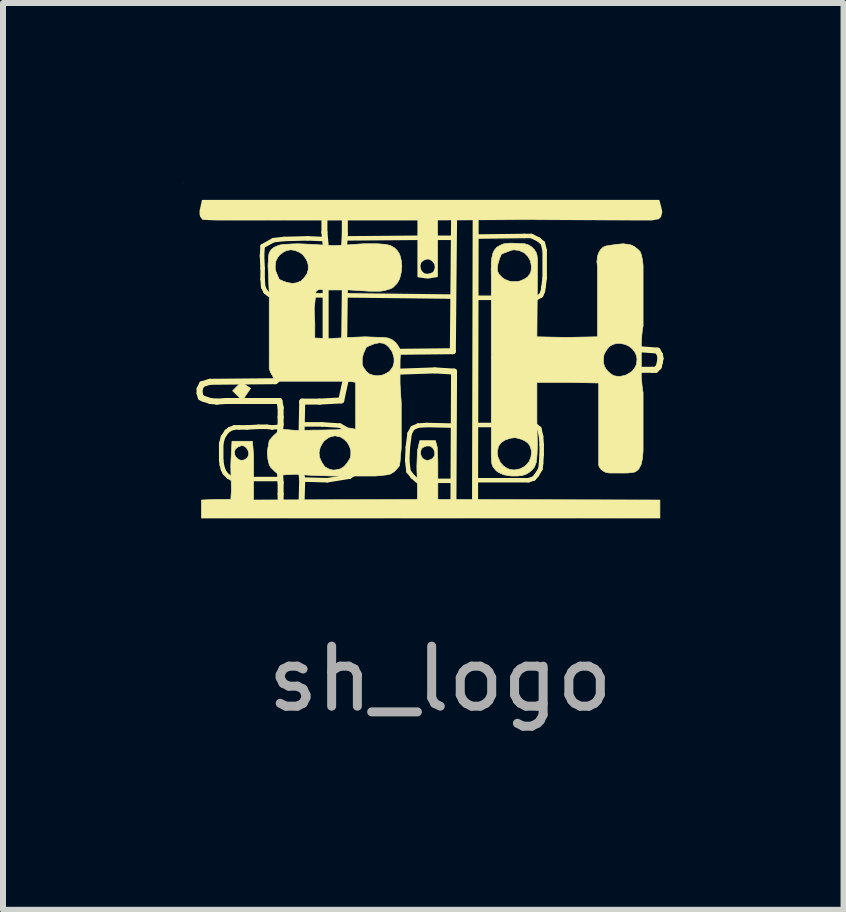
<source format=kicad_pcb>
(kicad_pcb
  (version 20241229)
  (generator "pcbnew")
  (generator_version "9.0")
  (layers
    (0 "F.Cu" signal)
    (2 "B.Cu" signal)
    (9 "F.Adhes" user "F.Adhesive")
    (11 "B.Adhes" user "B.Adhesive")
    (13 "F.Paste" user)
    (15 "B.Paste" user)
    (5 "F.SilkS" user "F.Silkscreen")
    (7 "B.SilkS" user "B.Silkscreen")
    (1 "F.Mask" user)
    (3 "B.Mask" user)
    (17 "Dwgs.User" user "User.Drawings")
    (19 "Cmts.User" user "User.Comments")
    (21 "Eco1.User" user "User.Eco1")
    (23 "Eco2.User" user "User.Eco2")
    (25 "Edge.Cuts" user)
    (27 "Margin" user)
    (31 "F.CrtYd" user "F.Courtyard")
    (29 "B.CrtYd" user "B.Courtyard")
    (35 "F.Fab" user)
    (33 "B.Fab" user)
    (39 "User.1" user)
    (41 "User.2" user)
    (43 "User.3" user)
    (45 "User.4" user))
  (footprint "sh_logo"
    (layer "F.Cu")
    (at 4.076 2.932)
    (property "Reference" "sh_logo" (at 0.21 5.33 0) (layer "F.Fab") (effects (font (size 1 1) (thickness 0.15))))
    (attr exclude_from_pos_files exclude_from_bom)
    (fp_line (start -3.8 0.5) (end -3.8 0.57) (stroke (width 0.1) (type solid)) (layer "F.SilkS"))
    (fp_line (start -3.8 0.57) (end -3.78 0.64) (stroke (width 0.1) (type solid)) (layer "F.SilkS"))
    (fp_line (start -3.78 0.64) (end -3.74 0.66) (stroke (width 0.1) (type solid)) (layer "F.SilkS"))
    (fp_line (start -3.76 0.42) (end -3.8 0.5) (stroke (width 0.1) (type solid)) (layer "F.SilkS"))
    (fp_line (start -3.74 0.66) (end -3.62 0.7) (stroke (width 0.1) (type solid)) (layer "F.SilkS"))
    (fp_line (start -3.63 0.38) (end -3.76 0.42) (stroke (width 0.1) (type solid)) (layer "F.SilkS"))
    (fp_line (start -3.62 0.7) (end -3.51 0.71) (stroke (width 0.1) (type solid)) (layer "F.SilkS"))
    (fp_line (start -3.51 0.71) (end -3.36 0.7) (stroke (width 0.1) (type solid)) (layer "F.SilkS"))
    (fp_line (start -3.44 1.41) (end -3.41 1.3) (stroke (width 0.075) (type solid)) (layer "F.SilkS"))
    (fp_line (start -3.44 1.69) (end -3.44 1.41) (stroke (width 0.075) (type solid)) (layer "F.SilkS"))
    (fp_line (start -3.44 1.69) (end -3.43 1.76) (stroke (width 0.075) (type solid)) (layer "F.SilkS"))
    (fp_line (start -3.43 1.76) (end -3.41 1.84) (stroke (width 0.075) (type solid)) (layer "F.SilkS"))
    (fp_line (start -3.41 1.3) (end -3.35 1.21) (stroke (width 0.075) (type solid)) (layer "F.SilkS"))
    (fp_line (start -3.41 1.84) (end -3.38 1.9) (stroke (width 0.075) (type solid)) (layer "F.SilkS"))
    (fp_line (start -3.38 1.9) (end -3.32 1.96) (stroke (width 0.075) (type solid)) (layer "F.SilkS"))
    (fp_line (start -3.36 0.7) (end -2.47 0.7) (stroke (width 0.1) (type solid)) (layer "F.SilkS"))
    (fp_line (start -3.35 1.21) (end -3.3 1.17) (stroke (width 0.075) (type solid)) (layer "F.SilkS"))
    (fp_line (start -3.32 1.96) (end -3.27 1.99) (stroke (width 0.075) (type solid)) (layer "F.SilkS"))
    (fp_line (start -3.3 1.17) (end -3.22 1.14) (stroke (width 0.075) (type solid)) (layer "F.SilkS"))
    (fp_line (start -3.22 1.14) (end -3.14 1.14) (stroke (width 0.075) (type solid)) (layer "F.SilkS"))
    (fp_line (start -3.14 1.14) (end -3.01 1.14) (stroke (width 0.075) (type solid)) (layer "F.SilkS"))
    (fp_line (start -3.01 1.14) (end -2.82 1.13) (stroke (width 0.075) (type solid)) (layer "F.SilkS"))
    (fp_line (start -2.9 2) (end -2.49 2) (stroke (width 0.075) (type solid)) (layer "F.SilkS"))
    (fp_line (start -2.82 1.13) (end -2.68 1.13) (stroke (width 0.075) (type solid)) (layer "F.SilkS"))
    (fp_line (start -2.76 -1.72) (end -2.75 -1.88) (stroke (width 0.075) (type solid)) (layer "F.SilkS"))
    (fp_line (start -2.75 -1.88) (end -2.57 -1.98) (stroke (width 0.075) (type solid)) (layer "F.SilkS"))
    (fp_line (start -2.75 -1.51) (end -2.76 -1.72) (stroke (width 0.075) (type solid)) (layer "F.SilkS"))
    (fp_line (start -2.75 -1.33) (end -2.75 -1.51) (stroke (width 0.075) (type solid)) (layer "F.SilkS"))
    (fp_line (start -2.74 -1.2) (end -2.75 -1.33) (stroke (width 0.075) (type solid)) (layer "F.SilkS"))
    (fp_line (start -2.7 -1.12) (end -2.74 -1.2) (stroke (width 0.075) (type solid)) (layer "F.SilkS"))
    (fp_line (start -2.68 1.13) (end -2.59 1.14) (stroke (width 0.075) (type solid)) (layer "F.SilkS"))
    (fp_line (start -2.64 -1.07) (end -2.7 -1.12) (stroke (width 0.075) (type solid)) (layer "F.SilkS"))
    (fp_line (start -2.59 1.14) (end -2.46 1.13) (stroke (width 0.075) (type solid)) (layer "F.SilkS"))
    (fp_line (start -2.57 -1.98) (end -2.39 -2) (stroke (width 0.075) (type solid)) (layer "F.SilkS"))
    (fp_line (start -2.54 0.37) (end -3.63 0.38) (stroke (width 0.1) (type solid)) (layer "F.SilkS"))
    (fp_line (start -2.54 0.37) (end -2.48 0.32) (stroke (width 0.1) (type solid)) (layer "F.SilkS"))
    (fp_line (start -2.47 0.7) (end -2.45 0.81) (stroke (width 0.1) (type solid)) (layer "F.SilkS"))
    (fp_line (start -2.46 1.9) (end -2.45 2.06) (stroke (width 0.1) (type solid)) (layer "F.SilkS"))
    (fp_line (start -2.45 0.81) (end -2.45 0.97) (stroke (width 0.1) (type solid)) (layer "F.SilkS"))
    (fp_line (start -2.45 0.97) (end -2.45 1.09) (stroke (width 0.1) (type solid)) (layer "F.SilkS"))
    (fp_line (start -2.45 1.09) (end -2.46 1.21) (stroke (width 0.1) (type solid)) (layer "F.SilkS"))
    (fp_line (start -2.45 2.06) (end -2.45 2.25) (stroke (width 0.1) (type solid)) (layer "F.SilkS"))
    (fp_line (start -2.45 2.25) (end -2.45 2.35) (stroke (width 0.1) (type solid)) (layer "F.SilkS"))
    (fp_line (start -2.39 -2) (end -2 -2.01) (stroke (width 0.075) (type solid)) (layer "F.SilkS"))
    (fp_line (start -2.1 1.93) (end -2.09 2.01) (stroke (width 0.1) (type solid)) (layer "F.SilkS"))
    (fp_line (start -2.09 0.71) (end -2.1 1.19) (stroke (width 0.1) (type solid)) (layer "F.SilkS"))
    (fp_line (start -2.09 2.01) (end -2.1 2.35) (stroke (width 0.1) (type solid)) (layer "F.SilkS"))
    (fp_line (start -2.05 1.09) (end -1.76 1.09) (stroke (width 0.075) (type solid)) (layer "F.SilkS"))
    (fp_line (start -2.04 2.01) (end -1.67 2.02) (stroke (width 0.075) (type solid)) (layer "F.SilkS"))
    (fp_line (start -2 -2.01) (end -1.76 -2) (stroke (width 0.075) (type solid)) (layer "F.SilkS"))
    (fp_line (start -1.87 -1.06) (end -1.74 -1.06) (stroke (width 0.075) (type solid)) (layer "F.SilkS"))
    (fp_line (start -1.8 0.71) (end -2.09 0.71) (stroke (width 0.1) (type solid)) (layer "F.SilkS"))
    (fp_line (start -1.76 1.09) (end -1.46 1.11) (stroke (width 0.075) (type solid)) (layer "F.SilkS"))
    (fp_line (start -1.72 -2.31) (end -1.72 -2.11) (stroke (width 0.1) (type solid)) (layer "F.SilkS"))
    (fp_line (start -1.72 -2.11) (end -1.7 -1.9) (stroke (width 0.1) (type solid)) (layer "F.SilkS"))
    (fp_line (start -1.7 -1.15) (end -1.7 -0.34) (stroke (width 0.1) (type solid)) (layer "F.SilkS"))
    (fp_line (start -1.67 2.02) (end -1.3 1.96) (stroke (width 0.075) (type solid)) (layer "F.SilkS"))
    (fp_line (start -1.46 1.11) (end -1.25 1.23) (stroke (width 0.075) (type solid)) (layer "F.SilkS"))
    (fp_line (start -1.44 0.69) (end -1.8 0.71) (stroke (width 0.1) (type solid)) (layer "F.SilkS"))
    (fp_line (start -1.38 -2.31) (end -1.38 -2.09) (stroke (width 0.1) (type solid)) (layer "F.SilkS"))
    (fp_line (start -1.38 -2.09) (end -1.39 -1.9) (stroke (width 0.1) (type solid)) (layer "F.SilkS"))
    (fp_line (start -1.38 -1.14) (end -1.39 -0.35) (stroke (width 0.1) (type solid)) (layer "F.SilkS"))
    (fp_line (start -1.37 0.37) (end -1.44 0.69) (stroke (width 0.1) (type solid)) (layer "F.SilkS"))
    (fp_line (start -1.33 -1.06) (end 0.39 -1.04) (stroke (width 0.075) (type solid)) (layer "F.SilkS"))
    (fp_line (start -1.24 1.92) (end -1.3 1.96) (stroke (width 0.075) (type solid)) (layer "F.SilkS"))
    (fp_line (start -0.46 0.21) (end 0.12 0.19) (stroke (width 0.1) (type solid)) (layer "F.SilkS"))
    (fp_line (start -0.34 1.69) (end -0.33 1.47) (stroke (width 0.075) (type solid)) (layer "F.SilkS"))
    (fp_line (start -0.33 1.47) (end -0.3 1.24) (stroke (width 0.075) (type solid)) (layer "F.SilkS"))
    (fp_line (start -0.32 1.87) (end -0.34 1.69) (stroke (width 0.075) (type solid)) (layer "F.SilkS"))
    (fp_line (start -0.3 1.24) (end -0.25 1.15) (stroke (width 0.075) (type solid)) (layer "F.SilkS"))
    (fp_line (start -0.25 1.15) (end -0.16 1.11) (stroke (width 0.075) (type solid)) (layer "F.SilkS"))
    (fp_line (start -0.25 1.96) (end -0.32 1.87) (stroke (width 0.075) (type solid)) (layer "F.SilkS"))
    (fp_line (start -0.17 -2.02) (end -1.34 -2.01) (stroke (width 0.075) (type solid)) (layer "F.SilkS"))
    (fp_line (start -0.17 2.03) (end -0.25 1.96) (stroke (width 0.075) (type solid)) (layer "F.SilkS"))
    (fp_line (start -0.16 1.11) (end -0.02 1.1) (stroke (width 0.075) (type solid)) (layer "F.SilkS"))
    (fp_line (start -0.02 1.1) (end 0.41 1.11) (stroke (width 0.075) (type solid)) (layer "F.SilkS"))
    (fp_line (start 0.12 0.19) (end 0.44 0.21) (stroke (width 0.1) (type solid)) (layer "F.SilkS"))
    (fp_line (start 0.17 2.03) (end 0.41 2.03) (stroke (width 0.075) (type solid)) (layer "F.SilkS"))
    (fp_line (start 0.39 -2.02) (end 0.17 -2.02) (stroke (width 0.075) (type solid)) (layer "F.SilkS"))
    (fp_line (start 0.42 -0.13) (end -0.48 -0.12) (stroke (width 0.1) (type solid)) (layer "F.SilkS"))
    (fp_line (start 0.44 -2.31) (end 0.42 -0.13) (stroke (width 0.1) (type solid)) (layer "F.SilkS"))
    (fp_line (start 0.44 0.21) (end 0.43 2.34) (stroke (width 0.1) (type solid)) (layer "F.SilkS"))
    (fp_line (start 0.8 -2.31) (end 0.79 2.34) (stroke (width 0.1) (type solid)) (layer "F.SilkS"))
    (fp_line (start 0.84 -1.02) (end 1.07 -1.02) (stroke (width 0.075) (type solid)) (layer "F.SilkS"))
    (fp_line (start 0.84 1.1) (end 1.06 1.1) (stroke (width 0.075) (type solid)) (layer "F.SilkS"))
    (fp_line (start 0.84 2.02) (end 1.68 2.02) (stroke (width 0.075) (type solid)) (layer "F.SilkS"))
    (fp_line (start 1.61 -2.05) (end 0.84 -2.04) (stroke (width 0.075) (type solid)) (layer "F.SilkS"))
    (fp_line (start 1.68 2.02) (end 1.77 1.99) (stroke (width 0.075) (type solid)) (layer "F.SilkS"))
    (fp_line (start 1.73 -2.05) (end 1.61 -2.05) (stroke (width 0.075) (type solid)) (layer "F.SilkS"))
    (fp_line (start 1.77 1.99) (end 1.82 1.93) (stroke (width 0.075) (type solid)) (layer "F.SilkS"))
    (fp_line (start 1.82 -1.02) (end 1.89 -1.06) (stroke (width 0.075) (type solid)) (layer "F.SilkS"))
    (fp_line (start 1.82 1.93) (end 1.88 1.83) (stroke (width 0.075) (type solid)) (layer "F.SilkS"))
    (fp_line (start 1.85 -1.99) (end 1.73 -2.05) (stroke (width 0.075) (type solid)) (layer "F.SilkS"))
    (fp_line (start 1.86 1.16) (end 1.8 1.11) (stroke (width 0.075) (type solid)) (layer "F.SilkS"))
    (fp_line (start 1.88 1.83) (end 1.89 1.74) (stroke (width 0.075) (type solid)) (layer "F.SilkS"))
    (fp_line (start 1.89 -1.06) (end 1.92 -1.13) (stroke (width 0.075) (type solid)) (layer "F.SilkS"))
    (fp_line (start 1.89 1.29) (end 1.86 1.16) (stroke (width 0.075) (type solid)) (layer "F.SilkS"))
    (fp_line (start 1.89 1.74) (end 1.9 1.59) (stroke (width 0.075) (type solid)) (layer "F.SilkS"))
    (fp_line (start 1.9 1.43) (end 1.89 1.29) (stroke (width 0.075) (type solid)) (layer "F.SilkS"))
    (fp_line (start 1.9 1.59) (end 1.9 1.43) (stroke (width 0.075) (type solid)) (layer "F.SilkS"))
    (fp_line (start 1.92 -1.93) (end 1.85 -1.99) (stroke (width 0.075) (type solid)) (layer "F.SilkS"))
    (fp_line (start 1.92 -1.13) (end 1.93 -1.2) (stroke (width 0.075) (type solid)) (layer "F.SilkS"))
    (fp_line (start 1.93 -1.2) (end 1.95 -1.35) (stroke (width 0.075) (type solid)) (layer "F.SilkS"))
    (fp_line (start 1.95 -1.81) (end 1.92 -1.93) (stroke (width 0.075) (type solid)) (layer "F.SilkS"))
    (fp_line (start 1.95 -1.35) (end 1.95 -1.81) (stroke (width 0.075) (type solid)) (layer "F.SilkS"))
    (fp_line (start 3.57 -0.16) (end 3.83 -0.14) (stroke (width 0.1) (type solid)) (layer "F.SilkS"))
    (fp_line (start 3.74 0.18) (end 3.56 0.18) (stroke (width 0.1) (type solid)) (layer "F.SilkS"))
    (fp_line (start 3.8 0.18) (end 3.74 0.18) (stroke (width 0.1) (type solid)) (layer "F.SilkS"))
    (fp_line (start 3.83 -0.14) (end 3.87 -0.07) (stroke (width 0.1) (type solid)) (layer "F.SilkS"))
    (fp_line (start 3.85 0.13) (end 3.8 0.18) (stroke (width 0.1) (type solid)) (layer "F.SilkS"))
    (fp_line (start 3.87 -0.07) (end 3.88 -0.01) (stroke (width 0.1) (type solid)) (layer "F.SilkS"))
    (fp_line (start 3.87 0.05) (end 3.85 0.13) (stroke (width 0.1) (type solid)) (layer "F.SilkS"))
    (fp_line (start 3.88 -0.01) (end 3.87 0.05) (stroke (width 0.1) (type solid)) (layer "F.SilkS"))
    (fp_poly (pts (xy -3.11 0.39) (xy -3.25 0.53) (xy -3.09 0.69) (xy -2.95 0.49) (xy -3.1 0.39)) (stroke (width 0.01) (type solid)) (fill yes) (layer "F.SilkS"))
    (fp_poly (pts (xy -3.76 -2.65) (xy 3.86 -2.65) (xy 3.89 -2.54) (xy 3.91 -2.45) (xy 3.89 -2.37) (xy 3.85 -2.33) (xy 3.74 -2.31) (xy 3.38 -2.31) (xy 1.62 -2.32) (xy 0.17 -2.31) (xy 0.17 -1.68) (xy 0.17 -1.37) (xy 0.13 -1.36) (xy 0.07 -1.35) (xy 0 -1.34) (xy 0 -1.42) (xy 0.05 -1.43) (xy 0.09 -1.45) (xy 0.11 -1.49) (xy 0.12 -1.53) (xy 0.11 -1.58) (xy 0.09 -1.61) (xy 0.06 -1.64) (xy 0.02 -1.66) (xy 0 -1.66) (xy -0.05 -1.65) (xy -0.08 -1.63) (xy -0.11 -1.6) (xy -0.12 -1.55) (xy -0.11 -1.49) (xy -0.09 -1.46) (xy -0.06 -1.43) (xy -0.02 -1.42) (xy 0 -1.42) (xy 0 -1.34) (xy -0.15 -1.36) (xy -0.17 -1.37) (xy -0.17 -2.31) (xy -3.52 -2.31) (xy -3.75 -2.32) (xy -3.79 -2.37) (xy -3.8 -2.41) (xy -3.8 -2.47)) (stroke (width 0) (type solid)) (fill yes) (layer "F.SilkS"))
    (fp_poly (pts (xy -3.77 2.65) (xy 3.87 2.65) (xy 3.87 2.35) (xy 0.17 2.34) (xy 0.17 1.7) (xy 0.16 1.47) (xy 0.13 1.36) (xy 0 1.36) (xy 0 1.45) (xy 0.04 1.45) (xy 0.07 1.47) (xy 0.1 1.5) (xy 0.11 1.53) (xy 0.12 1.57) (xy 0.11 1.62) (xy 0.08 1.66) (xy 0.04 1.68) (xy 0 1.69) (xy -0.05 1.68) (xy -0.09 1.65) (xy -0.11 1.61) (xy -0.12 1.57) (xy -0.11 1.51) (xy -0.09 1.48) (xy -0.05 1.46) (xy -0.02 1.45) (xy 0 1.45) (xy 0 1.36) (xy -0.13 1.36) (xy -0.15 1.44) (xy -0.17 1.53) (xy -0.18 1.79) (xy -0.17 2.15) (xy -0.17 2.34) (xy -2.9 2.35) (xy -2.9 2.08) (xy -2.9 1.83) (xy -2.9 1.61) (xy -2.92 1.37) (xy -3.1 1.37) (xy -3.1 1.44) (xy -3.06 1.45) (xy -3.02 1.48) (xy -2.99 1.53) (xy -2.98 1.58) (xy -2.99 1.62) (xy -3.01 1.65) (xy -3.05 1.68) (xy -3.1 1.69) (xy -3.14 1.68) (xy -3.18 1.65) (xy -3.21 1.61) (xy -3.22 1.56) (xy -3.21 1.51) (xy -3.17 1.47) (xy -3.12 1.45) (xy -3.1 1.44) (xy -3.1 1.37) (xy -3.26 1.37) (xy -3.27 1.53) (xy -3.28 1.78) (xy -3.27 2.19) (xy -3.28 2.34) (xy -3.52 2.34) (xy -3.77 2.35)) (stroke (width 0.01) (type solid)) (fill yes) (layer "F.SilkS"))
    (fp_poly (pts (xy 1.44 1.85) (xy 1.44 1.95) (xy 1.5 1.95) (xy 1.58 1.94) (xy 1.64 1.92) (xy 1.69 1.89) (xy 1.74 1.85) (xy 1.78 1.8) (xy 1.8 1.75) (xy 1.81 1.72) (xy 1.82 1.64) (xy 1.83 1.43) (xy 1.82 1.11) (xy 1.82 0.39) (xy 2.37 0.39) (xy 2.85 0.4) (xy 2.85 1.72) (xy 2.85 1.77) (xy 2.86 1.8) (xy 2.89 1.84) (xy 2.93 1.87) (xy 2.97 1.89) (xy 3.03 1.9) (xy 3.17 1.9) (xy 3.33 1.9) (xy 3.42 1.89) (xy 3.46 1.88) (xy 3.5 1.85) (xy 3.52 1.83) (xy 3.54 1.79) (xy 3.56 1.75) (xy 3.58 1.65) (xy 3.59 1.53) (xy 3.59 0.56) (xy 3.58 0.51) (xy 3.56 0.31) (xy 3.56 0) (xy 3.49 0) (xy 3.48 0.09) (xy 3.45 0.15) (xy 3.41 0.2) (xy 3.37 0.23) (xy 3.3 0.27) (xy 3.21 0.29) (xy 3.17 0.29) (xy 3.11 0.28) (xy 3.07 0.26) (xy 3.02 0.22) (xy 2.98 0.18) (xy 2.95 0.13) (xy 2.93 0.07) (xy 2.93 -0.02) (xy 2.94 -0.08) (xy 2.98 -0.15) (xy 3.03 -0.21) (xy 3.08 -0.24) (xy 3.15 -0.26) (xy 3.2 -0.26) (xy 3.26 -0.25) (xy 3.3 -0.24) (xy 3.36 -0.21) (xy 3.41 -0.17) (xy 3.45 -0.12) (xy 3.47 -0.08) (xy 3.48 -0.05) (xy 3.49 0) (xy 3.56 0) (xy 3.56 -0.26) (xy 3.57 -0.41) (xy 3.58 -0.5) (xy 3.59 -0.55) (xy 3.59 -1.56) (xy 3.58 -1.65) (xy 3.56 -1.74) (xy 3.54 -1.79) (xy 3.51 -1.82) (xy 3.45 -1.87) (xy 3.39 -1.9) (xy 3.34 -1.91) (xy 3.26 -1.92) (xy 3.15 -1.91) (xy 3.01 -1.89) (xy 2.96 -1.88) (xy 2.92 -1.86) (xy 2.88 -1.82) (xy 2.85 -1.77) (xy 2.83 -1.71) (xy 2.82 -1.62) (xy 2.83 -1.55) (xy 2.83 -0.37) (xy 2.3 -0.36) (xy 1.82 -0.37) (xy 1.83 -1.53) (xy 1.73 -1.53) (xy 1.72 -1.45) (xy 1.7 -1.41) (xy 1.69 -1.4) (xy 1.67 -1.37) (xy 1.61 -1.33) (xy 1.54 -1.3) (xy 1.49 -1.29) (xy 1.4 -1.29) (xy 1.35 -1.3) (xy 1.28 -1.33) (xy 1.24 -1.36) (xy 1.19 -1.41) (xy 1.17 -1.45) (xy 1.16 -1.5) (xy 1.17 -1.58) (xy 1.2 -1.68) (xy 1.23 -1.75) (xy 1.39 -1.81) (xy 1.43 -1.82) (xy 1.52 -1.81) (xy 1.61 -1.77) (xy 1.67 -1.71) (xy 1.71 -1.64) (xy 1.72 -1.6) (xy 1.73 -1.53) (xy 1.83 -1.53) (xy 1.83 -1.67) (xy 1.82 -1.74) (xy 1.81 -1.77) (xy 1.78 -1.82) (xy 1.73 -1.87) (xy 1.68 -1.9) (xy 1.62 -1.92) (xy 1.41 -1.93) (xy 1.37 -1.93) (xy 1.27 -1.92) (xy 1.22 -1.9) (xy 1.15 -1.86) (xy 1.11 -1.81) (xy 1.09 -1.77) (xy 1.07 -1.69) (xy 1.06 -1.61) (xy 1.06 -1.5) (xy 1.06 -1.27) (xy 1.06 -1.05) (xy 1.06 1.62) (xy 1.07 1.75) (xy 1.09 1.8) (xy 1.14 1.86) (xy 1.18 1.89) (xy 1.27 1.93) (xy 1.39 1.95) (xy 1.44 1.95) (xy 1.44 1.85) (xy 1.37 1.84) (xy 1.32 1.82) (xy 1.26 1.78) (xy 1.21 1.72) (xy 1.17 1.63) (xy 1.16 1.55) (xy 1.18 1.45) (xy 1.23 1.39) (xy 1.29 1.35) (xy 1.38 1.32) (xy 1.46 1.31) (xy 1.57 1.34) (xy 1.63 1.37) (xy 1.68 1.41) (xy 1.71 1.46) (xy 1.73 1.53) (xy 1.73 1.56) (xy 1.72 1.64) (xy 1.69 1.71) (xy 1.64 1.77) (xy 1.6 1.8) (xy 1.54 1.83) (xy 1.5 1.84)) (stroke (width 0.01) (type solid)) (fill yes) (layer "F.SilkS"))
    (fp_poly (pts (xy -1.55 1.95) (xy -0.87 1.95) (xy -0.76 1.94) (xy -0.68 1.93) (xy -0.63 1.92) (xy -0.61 1.91) (xy -0.56 1.88) (xy -0.52 1.84) (xy -0.47 1.78) (xy -0.46 1.71) (xy -0.44 1.48) (xy -0.44 0.73) (xy -0.45 0.58) (xy -0.46 0.41) (xy -0.46 0.02) (xy -0.45 -0.13) (xy -0.47 -0.18) (xy -0.5 -0.23) (xy -0.53 -0.27) (xy -0.59 -0.32) (xy -0.66 -0.35) (xy -0.75 -0.36) (xy -0.79 -0.36) (xy -0.79 -0.27) (xy -0.73 -0.26) (xy -0.68 -0.23) (xy -0.64 -0.19) (xy -0.59 -0.12) (xy -0.56 -0.02) (xy -0.56 0.06) (xy -0.58 0.13) (xy -0.6 0.16) (xy -0.64 0.21) (xy -0.71 0.25) (xy -0.76 0.27) (xy -0.84 0.28) (xy -0.91 0.27) (xy -0.97 0.25) (xy -1.02 0.21) (xy -1.07 0.14) (xy -1.09 0.09) (xy -1.09 -0.01) (xy -1.07 -0.09) (xy -1.02 -0.2) (xy -0.9 -0.25) (xy -0.81 -0.27) (xy -0.79 -0.27) (xy -0.79 -0.36) (xy -1.04 -0.37) (xy -1.29 -0.36) (xy -1.65 -0.34) (xy -1.88 -0.35) (xy -1.88 -0.59) (xy -1.89 -0.84) (xy -1.86 -1.12) (xy -1.85 -1.14) (xy -1.8 -1.16) (xy -1.66 -1.15) (xy -1.3 -1.15) (xy -0.97 -1.13) (xy -0.79 -1.13) (xy -0.72 -1.14) (xy -0.62 -1.17) (xy -0.58 -1.19) (xy -0.51 -1.26) (xy -0.47 -1.33) (xy -0.45 -1.4) (xy -0.44 -1.45) (xy -0.43 -1.55) (xy -0.44 -1.64) (xy -0.45 -1.69) (xy -0.47 -1.75) (xy -0.51 -1.81) (xy -0.55 -1.85) (xy -0.62 -1.89) (xy -0.7 -1.91) (xy -0.84 -1.92) (xy -1.08 -1.92) (xy -1.35 -1.9) (xy -1.56 -1.89) (xy -1.77 -1.9) (xy -1.92 -1.91) (xy -2.17 -1.92) (xy -2.39 -1.91) (xy -2.46 -1.9) (xy -2.49 -1.89) (xy -2.54 -1.87) (xy -2.56 -1.86) (xy -2.6 -1.83) (xy -2.64 -1.77) (xy -2.65 -1.72) (xy -2.66 -1.55) (xy -2.54 -1.55) (xy -2.53 -1.63) (xy -2.5 -1.69) (xy -2.46 -1.74) (xy -2.39 -1.79) (xy -2.34 -1.81) (xy -2.28 -1.82) (xy -2.21 -1.81) (xy -2.14 -1.78) (xy -2.08 -1.74) (xy -2.03 -1.67) (xy -2 -1.61) (xy -1.99 -1.56) (xy -1.99 -1.49) (xy -2.01 -1.42) (xy -2.06 -1.35) (xy -2.11 -1.3) (xy -2.18 -1.27) (xy -2.25 -1.26) (xy -2.32 -1.27) (xy -2.39 -1.29) (xy -2.46 -1.32) (xy -2.48 -1.34) (xy -2.5 -1.39) (xy -2.53 -1.46) (xy -2.54 -1.51) (xy -2.54 -1.55) (xy -2.66 -1.55) (xy -2.65 -1.34) (xy -2.64 -1.09) (xy -2.64 0.16) (xy -2.62 0.22) (xy -2.58 0.29) (xy -2.53 0.37) (xy -1.39 0.37) (xy -1.25 0.38) (xy -1.2 0.39) (xy -1.2 0.49) (xy -1.2 1.17) (xy -1.31 1.15) (xy -1.52 1.18) (xy -2.19 1.19) (xy -2.45 1.17) (xy -2.58 1.29) (xy -2.64 1.36) (xy -2.67 1.53) (xy -2.67 1.59) (xy -2.66 1.68) (xy -2.64 1.76) (xy -2.62 1.8) (xy -2.55 1.87) (xy -2.47 1.94) (xy -2.39 1.93) (xy -2.19 1.92) (xy -1.92 1.94) (xy -1.58 1.95) (xy -1.58 1.85) (xy -1.63 1.84) (xy -1.69 1.81) (xy -1.72 1.79) (xy -1.77 1.71) (xy -1.8 1.64) (xy -1.81 1.56) (xy -1.79 1.47) (xy -1.75 1.4) (xy -1.72 1.36) (xy -1.65 1.31) (xy -1.6 1.29) (xy -1.54 1.28) (xy -1.45 1.3) (xy -1.39 1.34) (xy -1.34 1.39) (xy -1.3 1.46) (xy -1.28 1.53) (xy -1.28 1.59) (xy -1.29 1.65) (xy -1.32 1.7) (xy -1.34 1.73) (xy -1.39 1.79) (xy -1.45 1.83) (xy -1.49 1.84) (xy -1.55 1.85) (xy -1.58 1.85) (xy -1.58 1.95)) (stroke (width 0.01) (type solid)) (fill yes) (layer "F.SilkS"))
    (fp_line (start -4.076 -2.931) (end -4.076 -2.931) (stroke (width 0.001) (type solid)) (layer "Dwgs.User"))
    (fp_line (start -4.076 -2.931) (end -4.069 -2.931) (stroke (width 0.001) (type solid)) (layer "Dwgs.User"))
    (fp_line (start -4.076 -2.929) (end -4.076 -2.931) (stroke (width 0.001) (type solid)) (layer "Dwgs.User"))
    (fp_line (start -3.684 0.701) (end -3.684 0.701) (stroke (width 0.001) (type solid)) (layer "Dwgs.User"))
    (fp_line (start -3.43 1.342) (end -3.43 1.342) (stroke (width 0.001) (type solid)) (layer "Dwgs.User"))
    (fp_line (start -3.254 0.526) (end -3.254 0.526) (stroke (width 0.001) (type solid)) (layer "Dwgs.User"))
    (fp_line (start -3.143 1.458) (end -3.143 1.458) (stroke (width 0.001) (type solid)) (layer "Dwgs.User"))
    (fp_line (start -3.098 0.387) (end -3.073 0.369) (stroke (width 0.001) (type solid)) (layer "Dwgs.User"))
    (fp_line (start -3.073 0.369) (end -3.098 0.387) (stroke (width 0.001) (type solid)) (layer "Dwgs.User"))
    (fp_line (start -3.073 0.369) (end -3.073 0.369) (stroke (width 0.001) (type solid)) (layer "Dwgs.User"))
    (fp_line (start -2.719 -1.89) (end -2.719 -1.89) (stroke (width 0.001) (type solid)) (layer "Dwgs.User"))
    (fp_line (start -2.542 -1.521) (end -2.542 -1.521) (stroke (width 0.001) (type solid)) (layer "Dwgs.User"))
    (fp_line (start -2.469 1.945) (end -2.469 1.945) (stroke (width 0.001) (type solid)) (layer "Dwgs.User"))
    (fp_line (start -2.457 1.172) (end -2.447 1.138) (stroke (width 0.001) (type solid)) (layer "Dwgs.User"))
    (fp_line (start -2.447 1.138) (end -2.457 1.172) (stroke (width 0.001) (type solid)) (layer "Dwgs.User"))
    (fp_line (start -2.096 1.926) (end -2.096 1.926) (stroke (width 0.001) (type solid)) (layer "Dwgs.User"))
    (fp_line (start -2.095 1.103) (end -2.095 1.103) (stroke (width 0.001) (type solid)) (layer "Dwgs.User"))
    (fp_line (start -1.862 -1.116) (end -1.862 -1.116) (stroke (width 0.001) (type solid)) (layer "Dwgs.User"))
    (fp_line (start -1.718 -2.314) (end -1.718 -2.314) (stroke (width 0.001) (type solid)) (layer "Dwgs.User"))
    (fp_line (start -1.699 -1.154) (end -1.699 -1.154) (stroke (width 0.001) (type solid)) (layer "Dwgs.User"))
    (fp_line (start -1.699 -1.154) (end -1.699 -1.133) (stroke (width 0.001) (type solid)) (layer "Dwgs.User"))
    (fp_line (start -1.699 -1.133) (end -1.699 -1.154) (stroke (width 0.001) (type solid)) (layer "Dwgs.User"))
    (fp_line (start -1.633 1.302) (end -1.633 1.302) (stroke (width 0.001) (type solid)) (layer "Dwgs.User"))
    (fp_line (start -1.633 1.302) (end -1.633 1.302) (stroke (width 0.001) (type solid)) (layer "Dwgs.User"))
    (fp_line (start -1.387 -1.155) (end -1.386 -1.108) (stroke (width 0.001) (type solid)) (layer "Dwgs.User"))
    (fp_line (start -1.386 -1.974) (end -1.386 -1.974) (stroke (width 0.001) (type solid)) (layer "Dwgs.User"))
    (fp_line (start -1.386 -1.108) (end -1.387 -1.155) (stroke (width 0.001) (type solid)) (layer "Dwgs.User"))
    (fp_line (start -1.025 -0.199) (end -1.025 -0.199) (stroke (width 0.001) (type solid)) (layer "Dwgs.User"))
    (fp_line (start -0.321 1.309) (end -0.321 1.309) (stroke (width 0.001) (type solid)) (layer "Dwgs.User"))
    (fp_line (start -0.04 -1.65) (end -0.04 -1.65) (stroke (width 0.001) (type solid)) (layer "Dwgs.User"))
    (fp_line (start -0.04 -1.65) (end -0.04 -1.65) (stroke (width 0.001) (type solid)) (layer "Dwgs.User"))
    (fp_line (start -0.04 1.455) (end -0.04 1.455) (stroke (width 0.001) (type solid)) (layer "Dwgs.User"))
    (fp_line (start -0.04 1.455) (end -0.04 1.455) (stroke (width 0.001) (type solid)) (layer "Dwgs.User"))
    (fp_line (start 0.435 -2.315) (end 0.435 -2.315) (stroke (width 0.001) (type solid)) (layer "Dwgs.User"))
    (fp_line (start 0.798 -2.006) (end 0.798 -2.006) (stroke (width 0.001) (type solid)) (layer "Dwgs.User"))
    (fp_line (start 0.798 1.098) (end 0.798 1.098) (stroke (width 0.001) (type solid)) (layer "Dwgs.User"))
    (fp_line (start 1.234 -1.75) (end 1.234 -1.75) (stroke (width 0.001) (type solid)) (layer "Dwgs.User"))
    (fp_line (start 1.33 1.336) (end 1.33 1.336) (stroke (width 0.001) (type solid)) (layer "Dwgs.User"))
    (fp_line (start 1.33 1.336) (end 1.33 1.336) (stroke (width 0.001) (type solid)) (layer "Dwgs.User"))
    (fp_line (start 3.096 -0.245) (end 3.096 -0.245) (stroke (width 0.001) (type solid)) (layer "Dwgs.User"))
    (fp_line (start 3.56 -0.153) (end 3.56 -0.153) (stroke (width 0.001) (type solid)) (layer "Dwgs.User"))
    (fp_curve (pts (xy -4.069 -2.931) (xy -4.071 -2.93) (xy -4.074 -2.929) (xy -4.076 -2.929)) (stroke (width 0.001) (type solid)) (layer "Dwgs.User"))
    (fp_curve (pts (xy -3.77 2.35) (xy -3.605 2.343) (xy -3.44 2.343) (xy -3.275 2.345)) (stroke (width 0.001) (type solid)) (layer "Dwgs.User"))
    (fp_curve (pts (xy -3.769 2.651) (xy -3.77 2.551) (xy -3.771 2.45) (xy -3.77 2.35)) (stroke (width 0.001) (type solid)) (layer "Dwgs.User"))
    (fp_curve (pts (xy -3.762 -2.653) (xy -1.219 -2.653) (xy 1.323 -2.654) (xy 3.866 -2.653)) (stroke (width 0.001) (type solid)) (layer "Dwgs.User"))
    (fp_curve (pts (xy -3.753 -2.327) (xy -3.847 -2.414) (xy -3.778 -2.548) (xy -3.762 -2.653)) (stroke (width 0.001) (type solid)) (layer "Dwgs.User"))
    (fp_curve (pts (xy -3.684 0.701) (xy -3.861 0.685) (xy -3.835 0.357) (xy -3.654 0.373)) (stroke (width 0.001) (type solid)) (layer "Dwgs.User"))
    (fp_curve (pts (xy -3.654 0.373) (xy -3.46 0.365) (xy -3.267 0.374) (xy -3.073 0.369)) (stroke (width 0.001) (type solid)) (layer "Dwgs.User"))
    (fp_curve (pts (xy -3.43 1.342) (xy -3.421 1.226) (xy -3.31 1.129) (xy -3.194 1.133)) (stroke (width 0.001) (type solid)) (layer "Dwgs.User"))
    (fp_curve (pts (xy -3.429 1.791) (xy -3.444 1.642) (xy -3.443 1.491) (xy -3.43 1.342)) (stroke (width 0.001) (type solid)) (layer "Dwgs.User"))
    (fp_curve (pts (xy -3.335 -2.314) (xy -3.474 -2.316) (xy -3.615 -2.303) (xy -3.753 -2.327)) (stroke (width 0.001) (type solid)) (layer "Dwgs.User"))
    (fp_curve (pts (xy -3.276 2.013) (xy -3.337 1.949) (xy -3.421 1.888) (xy -3.429 1.791)) (stroke (width 0.001) (type solid)) (layer "Dwgs.User"))
    (fp_curve (pts (xy -3.276 2.013) (xy -3.282 1.798) (xy -3.28 1.582) (xy -3.262 1.368)) (stroke (width 0.001) (type solid)) (layer "Dwgs.User"))
    (fp_curve (pts (xy -3.275 2.345) (xy -3.271 2.235) (xy -3.272 2.124) (xy -3.276 2.013)) (stroke (width 0.001) (type solid)) (layer "Dwgs.User"))
    (fp_curve (pts (xy -3.262 1.368) (xy -3.28 1.582) (xy -3.282 1.798) (xy -3.276 2.013)) (stroke (width 0.001) (type solid)) (layer "Dwgs.User"))
    (fp_curve (pts (xy -3.262 1.368) (xy -3.146 1.367) (xy -3.031 1.367) (xy -2.916 1.368)) (stroke (width 0.001) (type solid)) (layer "Dwgs.User"))
    (fp_curve (pts (xy -3.254 0.526) (xy -3.203 0.479) (xy -3.151 0.434) (xy -3.098 0.387)) (stroke (width 0.001) (type solid)) (layer "Dwgs.User"))
    (fp_curve (pts (xy -3.254 0.526) (xy -3.201 0.58) (xy -3.149 0.634) (xy -3.091 0.682)) (stroke (width 0.001) (type solid)) (layer "Dwgs.User"))
    (fp_curve (pts (xy -3.194 1.133) (xy -2.945 1.125) (xy -2.696 1.129) (xy -2.447 1.138)) (stroke (width 0.001) (type solid)) (layer "Dwgs.User"))
    (fp_curve (pts (xy -3.143 1.458) (xy -3.287 1.51) (xy -3.202 1.719) (xy -3.064 1.682)) (stroke (width 0.001) (type solid)) (layer "Dwgs.User"))
    (fp_curve (pts (xy -3.143 1.458) (xy -2.992 1.382) (xy -2.918 1.648) (xy -3.064 1.682)) (stroke (width 0.001) (type solid)) (layer "Dwgs.User"))
    (fp_curve (pts (xy -3.098 0.387) (xy -3.151 0.434) (xy -3.203 0.479) (xy -3.254 0.526)) (stroke (width 0.001) (type solid)) (layer "Dwgs.User"))
    (fp_curve (pts (xy -3.098 0.387) (xy -3.05 0.42) (xy -3.003 0.454) (xy -2.955 0.488)) (stroke (width 0.001) (type solid)) (layer "Dwgs.User"))
    (fp_curve (pts (xy -3.091 0.682) (xy -3.149 0.634) (xy -3.201 0.58) (xy -3.254 0.526)) (stroke (width 0.001) (type solid)) (layer "Dwgs.User"))
    (fp_curve (pts (xy -3.091 0.682) (xy -3.083 0.689) (xy -3.068 0.701) (xy -3.06 0.708)) (stroke (width 0.001) (type solid)) (layer "Dwgs.User"))
    (fp_curve (pts (xy -3.091 0.682) (xy -3.039 0.622) (xy -2.995 0.557) (xy -2.955 0.488)) (stroke (width 0.001) (type solid)) (layer "Dwgs.User"))
    (fp_curve (pts (xy -3.073 0.369) (xy -2.894 0.366) (xy -2.715 0.374) (xy -2.537 0.368)) (stroke (width 0.001) (type solid)) (layer "Dwgs.User"))
    (fp_curve (pts (xy -3.064 1.682) (xy -3.202 1.719) (xy -3.287 1.51) (xy -3.143 1.458)) (stroke (width 0.001) (type solid)) (layer "Dwgs.User"))
    (fp_curve (pts (xy -3.064 1.682) (xy -2.918 1.648) (xy -2.992 1.382) (xy -3.143 1.458)) (stroke (width 0.001) (type solid)) (layer "Dwgs.User"))
    (fp_curve (pts (xy -3.06 0.708) (xy -3.268 0.705) (xy -3.477 0.722) (xy -3.684 0.701)) (stroke (width 0.001) (type solid)) (layer "Dwgs.User"))
    (fp_curve (pts (xy -3.06 0.708) (xy -3.068 0.701) (xy -3.083 0.689) (xy -3.091 0.682)) (stroke (width 0.001) (type solid)) (layer "Dwgs.User"))
    (fp_curve (pts (xy -2.955 0.488) (xy -3.003 0.454) (xy -3.05 0.42) (xy -3.098 0.387)) (stroke (width 0.001) (type solid)) (layer "Dwgs.User"))
    (fp_curve (pts (xy -2.955 0.488) (xy -2.995 0.557) (xy -3.039 0.622) (xy -3.091 0.682)) (stroke (width 0.001) (type solid)) (layer "Dwgs.User"))
    (fp_curve (pts (xy -2.916 1.368) (xy -3.031 1.367) (xy -3.146 1.367) (xy -3.262 1.368)) (stroke (width 0.001) (type solid)) (layer "Dwgs.User"))
    (fp_curve (pts (xy -2.916 1.368) (xy -2.896 1.579) (xy -2.896 1.792) (xy -2.904 2.003)) (stroke (width 0.001) (type solid)) (layer "Dwgs.User"))
    (fp_curve (pts (xy -2.904 2.003) (xy -2.896 1.792) (xy -2.896 1.579) (xy -2.916 1.368)) (stroke (width 0.001) (type solid)) (layer "Dwgs.User"))
    (fp_curve (pts (xy -2.904 2.003) (xy -2.907 2.117) (xy -2.906 2.231) (xy -2.903 2.345)) (stroke (width 0.001) (type solid)) (layer "Dwgs.User"))
    (fp_curve (pts (xy -2.903 2.345) (xy -2.754 2.345) (xy -2.605 2.345) (xy -2.457 2.344)) (stroke (width 0.001) (type solid)) (layer "Dwgs.User"))
    (fp_curve (pts (xy -2.72 -1.238) (xy -2.73 -1.455) (xy -2.72 -1.673) (xy -2.719 -1.89)) (stroke (width 0.001) (type solid)) (layer "Dwgs.User"))
    (fp_curve (pts (xy -2.719 -1.89) (xy -2.614 -1.939) (xy -2.502 -1.979) (xy -2.384 -1.973)) (stroke (width 0.001) (type solid)) (layer "Dwgs.User"))
    (fp_curve (pts (xy -2.648 -1.727) (xy -2.677 -1.515) (xy -2.639 -1.302) (xy -2.643 -1.089)) (stroke (width 0.001) (type solid)) (layer "Dwgs.User"))
    (fp_curve (pts (xy -2.648 -1.727) (xy -2.639 -1.84) (xy -2.516 -1.894) (xy -2.417 -1.907)) (stroke (width 0.001) (type solid)) (layer "Dwgs.User"))
    (fp_curve (pts (xy -2.643 -1.089) (xy -2.68 -1.132) (xy -2.724 -1.176) (xy -2.72 -1.238)) (stroke (width 0.001) (type solid)) (layer "Dwgs.User"))
    (fp_curve (pts (xy -2.643 -1.089) (xy -2.639 -1.302) (xy -2.677 -1.515) (xy -2.648 -1.727)) (stroke (width 0.001) (type solid)) (layer "Dwgs.User"))
    (fp_curve (pts (xy -2.641 0.16) (xy -2.643 -0.256) (xy -2.639 -0.673) (xy -2.643 -1.089)) (stroke (width 0.001) (type solid)) (layer "Dwgs.User"))
    (fp_curve (pts (xy -2.636 1.359) (xy -2.679 1.493) (xy -2.682 1.642) (xy -2.635 1.775)) (stroke (width 0.001) (type solid)) (layer "Dwgs.User"))
    (fp_curve (pts (xy -2.636 1.359) (xy -2.59 1.286) (xy -2.518 1.233) (xy -2.457 1.172)) (stroke (width 0.001) (type solid)) (layer "Dwgs.User"))
    (fp_curve (pts (xy -2.635 1.775) (xy -2.682 1.642) (xy -2.679 1.493) (xy -2.636 1.359)) (stroke (width 0.001) (type solid)) (layer "Dwgs.User"))
    (fp_curve (pts (xy -2.635 1.775) (xy -2.595 1.844) (xy -2.523 1.888) (xy -2.469 1.945)) (stroke (width 0.001) (type solid)) (layer "Dwgs.User"))
    (fp_curve (pts (xy -2.542 -1.521) (xy -2.538 -1.45) (xy -2.493 -1.392) (xy -2.47 -1.326)) (stroke (width 0.001) (type solid)) (layer "Dwgs.User"))
    (fp_curve (pts (xy -2.542 -1.521) (xy -2.561 -1.682) (xy -2.404 -1.839) (xy -2.242 -1.815)) (stroke (width 0.001) (type solid)) (layer "Dwgs.User"))
    (fp_curve (pts (xy -2.537 0.368) (xy -2.569 0.298) (xy -2.624 0.237) (xy -2.641 0.16)) (stroke (width 0.001) (type solid)) (layer "Dwgs.User"))
    (fp_curve (pts (xy -2.537 0.368) (xy -2.149 0.373) (xy -1.762 0.366) (xy -1.374 0.372)) (stroke (width 0.001) (type solid)) (layer "Dwgs.User"))
    (fp_curve (pts (xy -2.47 -1.326) (xy -2.493 -1.392) (xy -2.538 -1.45) (xy -2.542 -1.521)) (stroke (width 0.001) (type solid)) (layer "Dwgs.User"))
    (fp_curve (pts (xy -2.47 -1.326) (xy -2.337 -1.254) (xy -2.144 -1.215) (xy -2.049 -1.366)) (stroke (width 0.001) (type solid)) (layer "Dwgs.User"))
    (fp_curve (pts (xy -2.469 1.945) (xy -2.523 1.888) (xy -2.595 1.844) (xy -2.635 1.775)) (stroke (width 0.001) (type solid)) (layer "Dwgs.User"))
    (fp_curve (pts (xy -2.469 1.945) (xy -2.466 1.96) (xy -2.461 1.99) (xy -2.459 2.005)) (stroke (width 0.001) (type solid)) (layer "Dwgs.User"))
    (fp_curve (pts (xy -2.469 1.945) (xy -2.346 1.926) (xy -2.221 1.919) (xy -2.096 1.926)) (stroke (width 0.001) (type solid)) (layer "Dwgs.User"))
    (fp_curve (pts (xy -2.46 0.71) (xy -2.661 0.705) (xy -2.861 0.715) (xy -3.06 0.708)) (stroke (width 0.001) (type solid)) (layer "Dwgs.User"))
    (fp_curve (pts (xy -2.459 2.005) (xy -2.607 2.003) (xy -2.755 2.003) (xy -2.904 2.003)) (stroke (width 0.001) (type solid)) (layer "Dwgs.User"))
    (fp_curve (pts (xy -2.459 2.005) (xy -2.461 1.99) (xy -2.466 1.96) (xy -2.469 1.945)) (stroke (width 0.001) (type solid)) (layer "Dwgs.User"))
    (fp_curve (pts (xy -2.457 1.172) (xy -2.518 1.233) (xy -2.59 1.286) (xy -2.636 1.359)) (stroke (width 0.001) (type solid)) (layer "Dwgs.User"))
    (fp_curve (pts (xy -2.457 1.172) (xy -2.337 1.185) (xy -2.217 1.188) (xy -2.096 1.186)) (stroke (width 0.001) (type solid)) (layer "Dwgs.User"))
    (fp_curve (pts (xy -2.457 2.344) (xy -2.455 2.231) (xy -2.452 2.118) (xy -2.459 2.005)) (stroke (width 0.001) (type solid)) (layer "Dwgs.User"))
    (fp_curve (pts (xy -2.457 2.344) (xy -2.336 2.343) (xy -2.215 2.343) (xy -2.094 2.343)) (stroke (width 0.001) (type solid)) (layer "Dwgs.User"))
    (fp_curve (pts (xy -2.447 1.138) (xy -2.427 0.996) (xy -2.456 0.852) (xy -2.46 0.71)) (stroke (width 0.001) (type solid)) (layer "Dwgs.User"))
    (fp_curve (pts (xy -2.417 -1.907) (xy -2.516 -1.894) (xy -2.639 -1.84) (xy -2.648 -1.727)) (stroke (width 0.001) (type solid)) (layer "Dwgs.User"))
    (fp_curve (pts (xy -2.417 -1.907) (xy -2.183 -1.935) (xy -1.947 -1.913) (xy -1.713 -1.896)) (stroke (width 0.001) (type solid)) (layer "Dwgs.User"))
    (fp_curve (pts (xy -2.384 -1.973) (xy -2.162 -1.968) (xy -1.94 -1.98) (xy -1.719 -1.97)) (stroke (width 0.001) (type solid)) (layer "Dwgs.User"))
    (fp_curve (pts (xy -2.242 -1.815) (xy -2.404 -1.839) (xy -2.561 -1.682) (xy -2.542 -1.521)) (stroke (width 0.001) (type solid)) (layer "Dwgs.User"))
    (fp_curve (pts (xy -2.242 -1.815) (xy -2.041 -1.791) (xy -1.9 -1.529) (xy -2.049 -1.366)) (stroke (width 0.001) (type solid)) (layer "Dwgs.User"))
    (fp_curve (pts (xy -2.096 1.186) (xy -2.217 1.188) (xy -2.337 1.185) (xy -2.457 1.172)) (stroke (width 0.001) (type solid)) (layer "Dwgs.User"))
    (fp_curve (pts (xy -2.096 1.186) (xy -2.096 1.165) (xy -2.096 1.123) (xy -2.095 1.103)) (stroke (width 0.001) (type solid)) (layer "Dwgs.User"))
    (fp_curve (pts (xy -2.096 1.186) (xy -1.833 1.175) (xy -1.566 1.202) (xy -1.305 1.152)) (stroke (width 0.001) (type solid)) (layer "Dwgs.User"))
    (fp_curve (pts (xy -2.096 1.926) (xy -2.221 1.919) (xy -2.346 1.926) (xy -2.469 1.945)) (stroke (width 0.001) (type solid)) (layer "Dwgs.User"))
    (fp_curve (pts (xy -2.096 1.926) (xy -2.096 1.945) (xy -2.095 1.983) (xy -2.095 2.003)) (stroke (width 0.001) (type solid)) (layer "Dwgs.User"))
    (fp_curve (pts (xy -2.096 1.926) (xy -1.823 1.956) (xy -1.55 1.943) (xy -1.276 1.947)) (stroke (width 0.001) (type solid)) (layer "Dwgs.User"))
    (fp_curve (pts (xy -2.095 1.103) (xy -2.096 1.123) (xy -2.096 1.165) (xy -2.096 1.186)) (stroke (width 0.001) (type solid)) (layer "Dwgs.User"))
    (fp_curve (pts (xy -2.095 1.103) (xy -1.831 1.116) (xy -1.562 1.073) (xy -1.305 1.152)) (stroke (width 0.001) (type solid)) (layer "Dwgs.User"))
    (fp_curve (pts (xy -2.095 2.003) (xy -2.095 1.983) (xy -2.096 1.945) (xy -2.096 1.926)) (stroke (width 0.001) (type solid)) (layer "Dwgs.User"))
    (fp_curve (pts (xy -2.095 2.003) (xy -2.093 2.116) (xy -2.094 2.23) (xy -2.094 2.343)) (stroke (width 0.001) (type solid)) (layer "Dwgs.User"))
    (fp_curve (pts (xy -2.094 2.343) (xy -2.215 2.343) (xy -2.336 2.343) (xy -2.457 2.344)) (stroke (width 0.001) (type solid)) (layer "Dwgs.User"))
    (fp_curve (pts (xy -2.094 2.343) (xy -1.453 2.345) (xy -0.812 2.345) (xy -0.171 2.344)) (stroke (width 0.001) (type solid)) (layer "Dwgs.User"))
    (fp_curve (pts (xy -2.092 0.71) (xy -2.094 0.841) (xy -2.094 0.972) (xy -2.095 1.103)) (stroke (width 0.001) (type solid)) (layer "Dwgs.User"))
    (fp_curve (pts (xy -2.049 -1.366) (xy -2.144 -1.215) (xy -2.337 -1.254) (xy -2.47 -1.326)) (stroke (width 0.001) (type solid)) (layer "Dwgs.User"))
    (fp_curve (pts (xy -2.049 -1.366) (xy -1.9 -1.529) (xy -2.041 -1.791) (xy -2.242 -1.815)) (stroke (width 0.001) (type solid)) (layer "Dwgs.User"))
    (fp_curve (pts (xy -1.881 -0.345) (xy -1.818 -0.344) (xy -1.755 -0.342) (xy -1.692 -0.341)) (stroke (width 0.001) (type solid)) (layer "Dwgs.User"))
    (fp_curve (pts (xy -1.862 -1.116) (xy -1.907 -0.862) (xy -1.876 -0.602) (xy -1.881 -0.345)) (stroke (width 0.001) (type solid)) (layer "Dwgs.User"))
    (fp_curve (pts (xy -1.862 -1.116) (xy -1.841 -1.178) (xy -1.75 -1.151) (xy -1.699 -1.154)) (stroke (width 0.001) (type solid)) (layer "Dwgs.User"))
    (fp_curve (pts (xy -1.757 1.731) (xy -1.859 1.586) (xy -1.794 1.371) (xy -1.633 1.302)) (stroke (width 0.001) (type solid)) (layer "Dwgs.User"))
    (fp_curve (pts (xy -1.757 1.731) (xy -1.68 1.906) (xy -1.407 1.88) (xy -1.331 1.716)) (stroke (width 0.001) (type solid)) (layer "Dwgs.User"))
    (fp_curve (pts (xy -1.719 -1.97) (xy -1.726 -2.084) (xy -1.721 -2.199) (xy -1.718 -2.314)) (stroke (width 0.001) (type solid)) (layer "Dwgs.User"))
    (fp_curve (pts (xy -1.719 -1.97) (xy -1.717 -1.951) (xy -1.714 -1.915) (xy -1.713 -1.896)) (stroke (width 0.001) (type solid)) (layer "Dwgs.User"))
    (fp_curve (pts (xy -1.718 -2.314) (xy -2.257 -2.315) (xy -2.796 -2.316) (xy -3.335 -2.314)) (stroke (width 0.001) (type solid)) (layer "Dwgs.User"))
    (fp_curve (pts (xy -1.718 -2.314) (xy -1.607 -2.314) (xy -1.496 -2.314) (xy -1.386 -2.315)) (stroke (width 0.001) (type solid)) (layer "Dwgs.User"))
    (fp_curve (pts (xy -1.713 -1.896) (xy -1.947 -1.913) (xy -2.183 -1.935) (xy -2.417 -1.907)) (stroke (width 0.001) (type solid)) (layer "Dwgs.User"))
    (fp_curve (pts (xy -1.713 -1.896) (xy -1.714 -1.915) (xy -1.717 -1.951) (xy -1.719 -1.97)) (stroke (width 0.001) (type solid)) (layer "Dwgs.User"))
    (fp_curve (pts (xy -1.713 -1.896) (xy -1.605 -1.892) (xy -1.496 -1.892) (xy -1.388 -1.897)) (stroke (width 0.001) (type solid)) (layer "Dwgs.User"))
    (fp_curve (pts (xy -1.699 -1.154) (xy -1.75 -1.151) (xy -1.841 -1.178) (xy -1.862 -1.116)) (stroke (width 0.001) (type solid)) (layer "Dwgs.User"))
    (fp_curve (pts (xy -1.699 -1.154) (xy -1.595 -1.153) (xy -1.491 -1.156) (xy -1.387 -1.155)) (stroke (width 0.001) (type solid)) (layer "Dwgs.User"))
    (fp_curve (pts (xy -1.699 -1.133) (xy -1.748 -1.104) (xy -1.808 -1.102) (xy -1.862 -1.116)) (stroke (width 0.001) (type solid)) (layer "Dwgs.User"))
    (fp_curve (pts (xy -1.692 -0.341) (xy -1.7 -0.605) (xy -1.694 -0.869) (xy -1.699 -1.133)) (stroke (width 0.001) (type solid)) (layer "Dwgs.User"))
    (fp_curve (pts (xy -1.692 -0.341) (xy -1.589 -0.34) (xy -1.487 -0.343) (xy -1.385 -0.353)) (stroke (width 0.001) (type solid)) (layer "Dwgs.User"))
    (fp_curve (pts (xy -1.633 1.302) (xy -1.794 1.371) (xy -1.859 1.586) (xy -1.757 1.731)) (stroke (width 0.001) (type solid)) (layer "Dwgs.User"))
    (fp_curve (pts (xy -1.633 1.302) (xy -1.4 1.196) (xy -1.173 1.528) (xy -1.331 1.716)) (stroke (width 0.001) (type solid)) (layer "Dwgs.User"))
    (fp_curve (pts (xy -1.436 0.688) (xy -1.654 0.713) (xy -1.873 0.712) (xy -2.092 0.71)) (stroke (width 0.001) (type solid)) (layer "Dwgs.User"))
    (fp_curve (pts (xy -1.388 -1.897) (xy -1.496 -1.892) (xy -1.605 -1.892) (xy -1.713 -1.896)) (stroke (width 0.001) (type solid)) (layer "Dwgs.User"))
    (fp_curve (pts (xy -1.388 -1.897) (xy -1.388 -1.916) (xy -1.386 -1.955) (xy -1.386 -1.974)) (stroke (width 0.001) (type solid)) (layer "Dwgs.User"))
    (fp_curve (pts (xy -1.388 -1.897) (xy -1.156 -1.913) (xy -0.922 -1.936) (xy -0.69 -1.908)) (stroke (width 0.001) (type solid)) (layer "Dwgs.User"))
    (fp_curve (pts (xy -1.387 -1.155) (xy -1.491 -1.156) (xy -1.595 -1.153) (xy -1.699 -1.154)) (stroke (width 0.001) (type solid)) (layer "Dwgs.User"))
    (fp_curve (pts (xy -1.387 -1.155) (xy -1.122 -1.166) (xy -0.845 -1.07) (xy -0.592 -1.181)) (stroke (width 0.001) (type solid)) (layer "Dwgs.User"))
    (fp_curve (pts (xy -1.386 -1.974) (xy -1.386 -1.955) (xy -1.388 -1.916) (xy -1.388 -1.897)) (stroke (width 0.001) (type solid)) (layer "Dwgs.User"))
    (fp_curve (pts (xy -1.386 -1.974) (xy -0.981 -1.969) (xy -0.576 -1.969) (xy -0.171 -1.975)) (stroke (width 0.001) (type solid)) (layer "Dwgs.User"))
    (fp_curve (pts (xy -1.386 -2.315) (xy -1.496 -2.314) (xy -1.607 -2.314) (xy -1.718 -2.314)) (stroke (width 0.001) (type solid)) (layer "Dwgs.User"))
    (fp_curve (pts (xy -1.386 -2.315) (xy -1.384 -2.201) (xy -1.383 -2.088) (xy -1.386 -1.974)) (stroke (width 0.001) (type solid)) (layer "Dwgs.User"))
    (fp_curve (pts (xy -1.386 -1.108) (xy -1.381 -0.856) (xy -1.383 -0.605) (xy -1.385 -0.353)) (stroke (width 0.001) (type solid)) (layer "Dwgs.User"))
    (fp_curve (pts (xy -1.385 -0.353) (xy -1.487 -0.343) (xy -1.589 -0.34) (xy -1.692 -0.341)) (stroke (width 0.001) (type solid)) (layer "Dwgs.User"))
    (fp_curve (pts (xy -1.385 -0.353) (xy -1.165 -0.371) (xy -0.943 -0.371) (xy -0.723 -0.357)) (stroke (width 0.001) (type solid)) (layer "Dwgs.User"))
    (fp_curve (pts (xy -1.374 0.372) (xy -1.762 0.366) (xy -2.149 0.373) (xy -2.537 0.368)) (stroke (width 0.001) (type solid)) (layer "Dwgs.User"))
    (fp_curve (pts (xy -1.374 0.372) (xy -1.393 0.477) (xy -1.415 0.583) (xy -1.436 0.688)) (stroke (width 0.001) (type solid)) (layer "Dwgs.User"))
    (fp_curve (pts (xy -1.331 1.716) (xy -1.407 1.88) (xy -1.68 1.906) (xy -1.757 1.731)) (stroke (width 0.001) (type solid)) (layer "Dwgs.User"))
    (fp_curve (pts (xy -1.331 1.716) (xy -1.173 1.528) (xy -1.4 1.196) (xy -1.633 1.302)) (stroke (width 0.001) (type solid)) (layer "Dwgs.User"))
    (fp_curve (pts (xy -1.305 1.152) (xy -1.566 1.202) (xy -1.833 1.175) (xy -2.096 1.186)) (stroke (width 0.001) (type solid)) (layer "Dwgs.User"))
    (fp_curve (pts (xy -1.305 1.152) (xy -1.278 1.157) (xy -1.224 1.165) (xy -1.197 1.17)) (stroke (width 0.001) (type solid)) (layer "Dwgs.User"))
    (fp_curve (pts (xy -1.276 1.947) (xy -1.55 1.943) (xy -1.823 1.956) (xy -2.096 1.926)) (stroke (width 0.001) (type solid)) (layer "Dwgs.User"))
    (fp_curve (pts (xy -1.276 1.947) (xy -1.543 2.024) (xy -1.821 2) (xy -2.095 2.003)) (stroke (width 0.001) (type solid)) (layer "Dwgs.User"))
    (fp_curve (pts (xy -1.201 0.386) (xy -1.259 0.38) (xy -1.316 0.374) (xy -1.374 0.372)) (stroke (width 0.001) (type solid)) (layer "Dwgs.User"))
    (fp_curve (pts (xy -1.197 1.17) (xy -1.196 0.908) (xy -1.191 0.647) (xy -1.201 0.386)) (stroke (width 0.001) (type solid)) (layer "Dwgs.User"))
    (fp_curve (pts (xy -1.045 0.177) (xy -1.141 0.064) (xy -1.075 -0.083) (xy -1.025 -0.199)) (stroke (width 0.001) (type solid)) (layer "Dwgs.User"))
    (fp_curve (pts (xy -1.045 0.177) (xy -0.936 0.341) (xy -0.665 0.294) (xy -0.581 0.13)) (stroke (width 0.001) (type solid)) (layer "Dwgs.User"))
    (fp_curve (pts (xy -1.025 -0.199) (xy -1.075 -0.083) (xy -1.141 0.064) (xy -1.045 0.177)) (stroke (width 0.001) (type solid)) (layer "Dwgs.User"))
    (fp_curve (pts (xy -1.025 -0.199) (xy -0.932 -0.238) (xy -0.833 -0.29) (xy -0.729 -0.257)) (stroke (width 0.001) (type solid)) (layer "Dwgs.User"))
    (fp_curve (pts (xy -0.729 -0.257) (xy -0.833 -0.29) (xy -0.932 -0.238) (xy -1.025 -0.199)) (stroke (width 0.001) (type solid)) (layer "Dwgs.User"))
    (fp_curve (pts (xy -0.729 -0.257) (xy -0.59 -0.192) (xy -0.521 -0.011) (xy -0.581 0.13)) (stroke (width 0.001) (type solid)) (layer "Dwgs.User"))
    (fp_curve (pts (xy -0.723 -0.357) (xy -0.59 -0.358) (xy -0.484 -0.251) (xy -0.452 -0.127)) (stroke (width 0.001) (type solid)) (layer "Dwgs.User"))
    (fp_curve (pts (xy -0.69 -1.908) (xy -0.922 -1.936) (xy -1.156 -1.913) (xy -1.388 -1.897)) (stroke (width 0.001) (type solid)) (layer "Dwgs.User"))
    (fp_curve (pts (xy -0.69 -1.908) (xy -0.563 -1.896) (xy -0.457 -1.785) (xy -0.445 -1.66)) (stroke (width 0.001) (type solid)) (layer "Dwgs.User"))
    (fp_curve (pts (xy -0.661 1.927) (xy -0.864 1.965) (xy -1.071 1.938) (xy -1.276 1.947)) (stroke (width 0.001) (type solid)) (layer "Dwgs.User"))
    (fp_curve (pts (xy -0.592 -1.181) (xy -0.845 -1.07) (xy -1.122 -1.166) (xy -1.387 -1.155)) (stroke (width 0.001) (type solid)) (layer "Dwgs.User"))
    (fp_curve (pts (xy -0.592 -1.181) (xy -0.437 -1.282) (xy -0.417 -1.492) (xy -0.445 -1.66)) (stroke (width 0.001) (type solid)) (layer "Dwgs.User"))
    (fp_curve (pts (xy -0.581 0.13) (xy -0.665 0.294) (xy -0.936 0.341) (xy -1.045 0.177)) (stroke (width 0.001) (type solid)) (layer "Dwgs.User"))
    (fp_curve (pts (xy -0.581 0.13) (xy -0.521 -0.011) (xy -0.59 -0.192) (xy -0.729 -0.257)) (stroke (width 0.001) (type solid)) (layer "Dwgs.User"))
    (fp_curve (pts (xy -0.471 1.775) (xy -0.514 1.844) (xy -0.577 1.914) (xy -0.661 1.927)) (stroke (width 0.001) (type solid)) (layer "Dwgs.User"))
    (fp_curve (pts (xy -0.463 0.213) (xy -0.463 0.099) (xy -0.457 -0.014) (xy -0.452 -0.127)) (stroke (width 0.001) (type solid)) (layer "Dwgs.User"))
    (fp_curve (pts (xy -0.463 0.213) (xy -0.466 0.388) (xy -0.454 0.563) (xy -0.436 0.738)) (stroke (width 0.001) (type solid)) (layer "Dwgs.User"))
    (fp_curve (pts (xy -0.452 -0.127) (xy -0.457 -0.014) (xy -0.463 0.099) (xy -0.463 0.213)) (stroke (width 0.001) (type solid)) (layer "Dwgs.User"))
    (fp_curve (pts (xy -0.452 -0.127) (xy -0.158 -0.131) (xy 0.136 -0.13) (xy 0.429 -0.128)) (stroke (width 0.001) (type solid)) (layer "Dwgs.User"))
    (fp_curve (pts (xy -0.445 -1.66) (xy -0.457 -1.785) (xy -0.563 -1.896) (xy -0.69 -1.908)) (stroke (width 0.001) (type solid)) (layer "Dwgs.User"))
    (fp_curve (pts (xy -0.445 -1.66) (xy -0.417 -1.492) (xy -0.437 -1.282) (xy -0.592 -1.181)) (stroke (width 0.001) (type solid)) (layer "Dwgs.User"))
    (fp_curve (pts (xy -0.436 0.738) (xy -0.444 1.084) (xy -0.415 1.432) (xy -0.471 1.775)) (stroke (width 0.001) (type solid)) (layer "Dwgs.User"))
    (fp_curve (pts (xy -0.323 1.829) (xy -0.342 1.656) (xy -0.34 1.481) (xy -0.321 1.309)) (stroke (width 0.001) (type solid)) (layer "Dwgs.User"))
    (fp_curve (pts (xy -0.321 1.309) (xy -0.31 1.229) (xy -0.273 1.127) (xy -0.181 1.114)) (stroke (width 0.001) (type solid)) (layer "Dwgs.User"))
    (fp_curve (pts (xy -0.181 1.114) (xy 0.023 1.086) (xy 0.23 1.109) (xy 0.435 1.098)) (stroke (width 0.001) (type solid)) (layer "Dwgs.User"))
    (fp_curve (pts (xy -0.175 2.025) (xy -0.232 1.968) (xy -0.316 1.918) (xy -0.323 1.829)) (stroke (width 0.001) (type solid)) (layer "Dwgs.User"))
    (fp_curve (pts (xy -0.175 2.025) (xy -0.181 1.804) (xy -0.182 1.58) (xy -0.134 1.362)) (stroke (width 0.001) (type solid)) (layer "Dwgs.User"))
    (fp_curve (pts (xy -0.172 -2.315) (xy -0.577 -2.317) (xy -0.981 -2.315) (xy -1.386 -2.315)) (stroke (width 0.001) (type solid)) (layer "Dwgs.User"))
    (fp_curve (pts (xy -0.171 -1.975) (xy -0.17 -2.089) (xy -0.17 -2.202) (xy -0.172 -2.315)) (stroke (width 0.001) (type solid)) (layer "Dwgs.User"))
    (fp_curve (pts (xy -0.171 -1.975) (xy -0.174 -1.772) (xy -0.175 -1.569) (xy -0.168 -1.366)) (stroke (width 0.001) (type solid)) (layer "Dwgs.User"))
    (fp_curve (pts (xy -0.171 2.344) (xy -0.171 2.238) (xy -0.172 2.132) (xy -0.175 2.025)) (stroke (width 0.001) (type solid)) (layer "Dwgs.User"))
    (fp_curve (pts (xy -0.168 -1.366) (xy -0.175 -1.569) (xy -0.174 -1.772) (xy -0.171 -1.975)) (stroke (width 0.001) (type solid)) (layer "Dwgs.User"))
    (fp_curve (pts (xy -0.168 -1.366) (xy -0.058 -1.339) (xy 0.056 -1.34) (xy 0.166 -1.366)) (stroke (width 0.001) (type solid)) (layer "Dwgs.User"))
    (fp_curve (pts (xy -0.134 1.362) (xy -0.182 1.58) (xy -0.181 1.804) (xy -0.175 2.025)) (stroke (width 0.001) (type solid)) (layer "Dwgs.User"))
    (fp_curve (pts (xy -0.134 1.362) (xy -0.046 1.362) (xy 0.043 1.362) (xy 0.131 1.362)) (stroke (width 0.001) (type solid)) (layer "Dwgs.User"))
    (fp_curve (pts (xy -0.04 -1.65) (xy -0.186 -1.606) (xy -0.105 -1.369) (xy 0.038 -1.425)) (stroke (width 0.001) (type solid)) (layer "Dwgs.User"))
    (fp_curve (pts (xy -0.04 -1.65) (xy 0.105 -1.709) (xy 0.185 -1.465) (xy 0.038 -1.425)) (stroke (width 0.001) (type solid)) (layer "Dwgs.User"))
    (fp_curve (pts (xy -0.04 1.455) (xy -0.186 1.498) (xy -0.105 1.735) (xy 0.038 1.68)) (stroke (width 0.001) (type solid)) (layer "Dwgs.User"))
    (fp_curve (pts (xy -0.04 1.455) (xy 0.105 1.395) (xy 0.184 1.638) (xy 0.038 1.68)) (stroke (width 0.001) (type solid)) (layer "Dwgs.User"))
    (fp_curve (pts (xy 0.038 -1.425) (xy -0.105 -1.369) (xy -0.186 -1.606) (xy -0.04 -1.65)) (stroke (width 0.001) (type solid)) (layer "Dwgs.User"))
    (fp_curve (pts (xy 0.038 -1.425) (xy 0.185 -1.465) (xy 0.105 -1.709) (xy -0.04 -1.65)) (stroke (width 0.001) (type solid)) (layer "Dwgs.User"))
    (fp_curve (pts (xy 0.038 1.68) (xy -0.105 1.735) (xy -0.186 1.498) (xy -0.04 1.455)) (stroke (width 0.001) (type solid)) (layer "Dwgs.User"))
    (fp_curve (pts (xy 0.038 1.68) (xy 0.184 1.638) (xy 0.105 1.395) (xy -0.04 1.455)) (stroke (width 0.001) (type solid)) (layer "Dwgs.User"))
    (fp_curve (pts (xy 0.087 2.656) (xy -1.198 2.653) (xy -2.484 2.662) (xy -3.769 2.651)) (stroke (width 0.001) (type solid)) (layer "Dwgs.User"))
    (fp_curve (pts (xy 0.131 1.362) (xy 0.043 1.362) (xy -0.046 1.362) (xy -0.134 1.362)) (stroke (width 0.001) (type solid)) (layer "Dwgs.User"))
    (fp_curve (pts (xy 0.131 1.362) (xy 0.183 1.583) (xy 0.175 1.811) (xy 0.168 2.036)) (stroke (width 0.001) (type solid)) (layer "Dwgs.User"))
    (fp_curve (pts (xy 0.166 -1.366) (xy 0.056 -1.34) (xy -0.058 -1.339) (xy -0.168 -1.366)) (stroke (width 0.001) (type solid)) (layer "Dwgs.User"))
    (fp_curve (pts (xy 0.166 -1.366) (xy 0.173 -1.569) (xy 0.172 -1.772) (xy 0.169 -1.975)) (stroke (width 0.001) (type solid)) (layer "Dwgs.User"))
    (fp_curve (pts (xy 0.168 2.036) (xy 0.175 1.811) (xy 0.183 1.583) (xy 0.131 1.362)) (stroke (width 0.001) (type solid)) (layer "Dwgs.User"))
    (fp_curve (pts (xy 0.168 2.036) (xy 0.166 2.139) (xy 0.168 2.242) (xy 0.171 2.345)) (stroke (width 0.001) (type solid)) (layer "Dwgs.User"))
    (fp_curve (pts (xy 0.169 -1.975) (xy 0.172 -1.772) (xy 0.173 -1.569) (xy 0.166 -1.366)) (stroke (width 0.001) (type solid)) (layer "Dwgs.User"))
    (fp_curve (pts (xy 0.169 -1.975) (xy 0.258 -1.975) (xy 0.346 -1.975) (xy 0.434 -1.975)) (stroke (width 0.001) (type solid)) (layer "Dwgs.User"))
    (fp_curve (pts (xy 0.171 -2.315) (xy 0.168 -2.202) (xy 0.168 -2.088) (xy 0.169 -1.975)) (stroke (width 0.001) (type solid)) (layer "Dwgs.User"))
    (fp_curve (pts (xy 0.171 2.345) (xy 0.259 2.345) (xy 0.347 2.345) (xy 0.435 2.344)) (stroke (width 0.001) (type solid)) (layer "Dwgs.User"))
    (fp_curve (pts (xy 0.429 -0.128) (xy 0.445 -0.452) (xy 0.435 -0.776) (xy 0.434 -1.1)) (stroke (width 0.001) (type solid)) (layer "Dwgs.User"))
    (fp_curve (pts (xy 0.434 -1.975) (xy 0.436 -1.683) (xy 0.436 -1.392) (xy 0.434 -1.1)) (stroke (width 0.001) (type solid)) (layer "Dwgs.User"))
    (fp_curve (pts (xy 0.434 -1.975) (xy 0.435 -2.088) (xy 0.436 -2.202) (xy 0.435 -2.315)) (stroke (width 0.001) (type solid)) (layer "Dwgs.User"))
    (fp_curve (pts (xy 0.434 -1.1) (xy -0.172 -1.099) (xy -0.779 -1.111) (xy -1.386 -1.108)) (stroke (width 0.001) (type solid)) (layer "Dwgs.User"))
    (fp_curve (pts (xy 0.434 -1.1) (xy 0.436 -1.392) (xy 0.436 -1.683) (xy 0.434 -1.975)) (stroke (width 0.001) (type solid)) (layer "Dwgs.User"))
    (fp_curve (pts (xy 0.435 2.344) (xy 0.436 2.241) (xy 0.436 2.138) (xy 0.435 2.036)) (stroke (width 0.001) (type solid)) (layer "Dwgs.User"))
    (fp_curve (pts (xy 0.435 2.344) (xy 0.555 2.344) (xy 0.675 2.343) (xy 0.796 2.343)) (stroke (width 0.001) (type solid)) (layer "Dwgs.User"))
    (fp_curve (pts (xy 0.435 -2.315) (xy 0.347 -2.315) (xy 0.259 -2.315) (xy 0.171 -2.315)) (stroke (width 0.001) (type solid)) (layer "Dwgs.User"))
    (fp_curve (pts (xy 0.435 -2.315) (xy 0.555 -2.314) (xy 0.676 -2.314) (xy 0.796 -2.314)) (stroke (width 0.001) (type solid)) (layer "Dwgs.User"))
    (fp_curve (pts (xy 0.435 1.098) (xy 0.435 1.411) (xy 0.435 1.723) (xy 0.435 2.036)) (stroke (width 0.001) (type solid)) (layer "Dwgs.User"))
    (fp_curve (pts (xy 0.435 1.098) (xy 0.438 0.802) (xy 0.439 0.506) (xy 0.436 0.21)) (stroke (width 0.001) (type solid)) (layer "Dwgs.User"))
    (fp_curve (pts (xy 0.435 2.036) (xy 0.346 2.035) (xy 0.257 2.035) (xy 0.168 2.036)) (stroke (width 0.001) (type solid)) (layer "Dwgs.User"))
    (fp_curve (pts (xy 0.435 2.036) (xy 0.435 1.723) (xy 0.435 1.411) (xy 0.435 1.098)) (stroke (width 0.001) (type solid)) (layer "Dwgs.User"))
    (fp_curve (pts (xy 0.436 0.21) (xy 0.137 0.17) (xy -0.163 0.215) (xy -0.463 0.213)) (stroke (width 0.001) (type solid)) (layer "Dwgs.User"))
    (fp_curve (pts (xy 0.796 -2.314) (xy 0.676 -2.314) (xy 0.555 -2.314) (xy 0.435 -2.315)) (stroke (width 0.001) (type solid)) (layer "Dwgs.User"))
    (fp_curve (pts (xy 0.796 -2.314) (xy 0.797 -2.211) (xy 0.798 -2.109) (xy 0.798 -2.006)) (stroke (width 0.001) (type solid)) (layer "Dwgs.User"))
    (fp_curve (pts (xy 0.796 2.343) (xy 0.675 2.343) (xy 0.555 2.344) (xy 0.435 2.344)) (stroke (width 0.001) (type solid)) (layer "Dwgs.User"))
    (fp_curve (pts (xy 0.796 2.343) (xy 1.822 2.35) (xy 2.848 2.336) (xy 3.873 2.35)) (stroke (width 0.001) (type solid)) (layer "Dwgs.User"))
    (fp_curve (pts (xy 0.798 -2.006) (xy 0.798 -1.694) (xy 0.798 -1.381) (xy 0.798 -1.068)) (stroke (width 0.001) (type solid)) (layer "Dwgs.User"))
    (fp_curve (pts (xy 0.798 -2.006) (xy 1.091 -1.995) (xy 1.384 -1.998) (xy 1.676 -1.999)) (stroke (width 0.001) (type solid)) (layer "Dwgs.User"))
    (fp_curve (pts (xy 0.798 -1.068) (xy 0.798 -1.381) (xy 0.798 -1.694) (xy 0.798 -2.006)) (stroke (width 0.001) (type solid)) (layer "Dwgs.User"))
    (fp_curve (pts (xy 0.798 -1.068) (xy 0.798 -0.346) (xy 0.798 0.376) (xy 0.798 1.098)) (stroke (width 0.001) (type solid)) (layer "Dwgs.User"))
    (fp_curve (pts (xy 0.798 1.098) (xy 0.798 1.399) (xy 0.797 1.701) (xy 0.799 2.003)) (stroke (width 0.001) (type solid)) (layer "Dwgs.User"))
    (fp_curve (pts (xy 0.798 1.098) (xy 0.887 1.099) (xy 0.975 1.1) (xy 1.063 1.1)) (stroke (width 0.001) (type solid)) (layer "Dwgs.User"))
    (fp_curve (pts (xy 0.799 2.003) (xy 0.799 2.116) (xy 0.797 2.23) (xy 0.796 2.343)) (stroke (width 0.001) (type solid)) (layer "Dwgs.User"))
    (fp_curve (pts (xy 0.799 2.003) (xy 0.797 1.701) (xy 0.798 1.399) (xy 0.798 1.098)) (stroke (width 0.001) (type solid)) (layer "Dwgs.User"))
    (fp_curve (pts (xy 1.063 -1.071) (xy 0.975 -1.071) (xy 0.887 -1.07) (xy 0.798 -1.068)) (stroke (width 0.001) (type solid)) (layer "Dwgs.User"))
    (fp_curve (pts (xy 1.063 -1.071) (xy 1.07 -1.301) (xy 1.028 -1.54) (xy 1.087 -1.764)) (stroke (width 0.001) (type solid)) (layer "Dwgs.User"))
    (fp_curve (pts (xy 1.063 1.1) (xy 1.068 0.377) (xy 1.068 -0.347) (xy 1.063 -1.071)) (stroke (width 0.001) (type solid)) (layer "Dwgs.User"))
    (fp_curve (pts (xy 1.063 1.1) (xy 1.063 1.315) (xy 1.046 1.531) (xy 1.069 1.745)) (stroke (width 0.001) (type solid)) (layer "Dwgs.User"))
    (fp_curve (pts (xy 1.069 1.745) (xy 1.046 1.531) (xy 1.063 1.315) (xy 1.063 1.1)) (stroke (width 0.001) (type solid)) (layer "Dwgs.User"))
    (fp_curve (pts (xy 1.069 1.745) (xy 1.123 1.921) (xy 1.339 1.959) (xy 1.499 1.947)) (stroke (width 0.001) (type solid)) (layer "Dwgs.User"))
    (fp_curve (pts (xy 1.087 -1.764) (xy 1.028 -1.54) (xy 1.07 -1.301) (xy 1.063 -1.071)) (stroke (width 0.001) (type solid)) (layer "Dwgs.User"))
    (fp_curve (pts (xy 1.087 -1.764) (xy 1.164 -1.961) (xy 1.399 -1.93) (xy 1.568 -1.924)) (stroke (width 0.001) (type solid)) (layer "Dwgs.User"))
    (fp_curve (pts (xy 1.164 -1.519) (xy 1.163 -1.601) (xy 1.201 -1.677) (xy 1.234 -1.75)) (stroke (width 0.001) (type solid)) (layer "Dwgs.User"))
    (fp_curve (pts (xy 1.164 -1.519) (xy 1.149 -1.379) (xy 1.307 -1.296) (xy 1.427 -1.286)) (stroke (width 0.001) (type solid)) (layer "Dwgs.User"))
    (fp_curve (pts (xy 1.234 -1.75) (xy 1.201 -1.677) (xy 1.163 -1.601) (xy 1.164 -1.519)) (stroke (width 0.001) (type solid)) (layer "Dwgs.User"))
    (fp_curve (pts (xy 1.234 -1.75) (xy 1.31 -1.773) (xy 1.379 -1.825) (xy 1.462 -1.816)) (stroke (width 0.001) (type solid)) (layer "Dwgs.User"))
    (fp_curve (pts (xy 1.266 1.783) (xy 1.112 1.667) (xy 1.127 1.388) (xy 1.33 1.336)) (stroke (width 0.001) (type solid)) (layer "Dwgs.User"))
    (fp_curve (pts (xy 1.266 1.783) (xy 1.427 1.933) (xy 1.727 1.805) (xy 1.725 1.583)) (stroke (width 0.001) (type solid)) (layer "Dwgs.User"))
    (fp_curve (pts (xy 1.33 1.336) (xy 1.127 1.388) (xy 1.112 1.667) (xy 1.266 1.783)) (stroke (width 0.001) (type solid)) (layer "Dwgs.User"))
    (fp_curve (pts (xy 1.33 1.336) (xy 1.494 1.263) (xy 1.763 1.378) (xy 1.725 1.583)) (stroke (width 0.001) (type solid)) (layer "Dwgs.User"))
    (fp_curve (pts (xy 1.427 -1.286) (xy 1.307 -1.296) (xy 1.149 -1.379) (xy 1.164 -1.519)) (stroke (width 0.001) (type solid)) (layer "Dwgs.User"))
    (fp_curve (pts (xy 1.427 -1.286) (xy 1.558 -1.279) (xy 1.739 -1.367) (xy 1.726 -1.519)) (stroke (width 0.001) (type solid)) (layer "Dwgs.User"))
    (fp_curve (pts (xy 1.462 -1.816) (xy 1.379 -1.825) (xy 1.31 -1.773) (xy 1.234 -1.75)) (stroke (width 0.001) (type solid)) (layer "Dwgs.User"))
    (fp_curve (pts (xy 1.462 -1.816) (xy 1.614 -1.817) (xy 1.74 -1.668) (xy 1.726 -1.519)) (stroke (width 0.001) (type solid)) (layer "Dwgs.User"))
    (fp_curve (pts (xy 1.499 1.947) (xy 1.339 1.959) (xy 1.123 1.921) (xy 1.069 1.745)) (stroke (width 0.001) (type solid)) (layer "Dwgs.User"))
    (fp_curve (pts (xy 1.499 1.947) (xy 1.648 1.952) (xy 1.801 1.842) (xy 1.814 1.688)) (stroke (width 0.001) (type solid)) (layer "Dwgs.User"))
    (fp_curve (pts (xy 1.568 -1.924) (xy 1.399 -1.93) (xy 1.164 -1.961) (xy 1.087 -1.764)) (stroke (width 0.001) (type solid)) (layer "Dwgs.User"))
    (fp_curve (pts (xy 1.568 -1.924) (xy 1.696 -1.929) (xy 1.824 -1.823) (xy 1.828 -1.692)) (stroke (width 0.001) (type solid)) (layer "Dwgs.User"))
    (fp_curve (pts (xy 1.639 1.999) (xy 1.359 2.005) (xy 1.079 1.999) (xy 0.799 2.003)) (stroke (width 0.001) (type solid)) (layer "Dwgs.User"))
    (fp_curve (pts (xy 1.676 -1.999) (xy 1.779 -2.007) (xy 1.89 -1.935) (xy 1.901 -1.828)) (stroke (width 0.001) (type solid)) (layer "Dwgs.User"))
    (fp_curve (pts (xy 1.725 1.583) (xy 1.727 1.805) (xy 1.427 1.933) (xy 1.266 1.783)) (stroke (width 0.001) (type solid)) (layer "Dwgs.User"))
    (fp_curve (pts (xy 1.725 1.583) (xy 1.763 1.378) (xy 1.494 1.263) (xy 1.33 1.336)) (stroke (width 0.001) (type solid)) (layer "Dwgs.User"))
    (fp_curve (pts (xy 1.726 -1.519) (xy 1.739 -1.367) (xy 1.558 -1.279) (xy 1.427 -1.286)) (stroke (width 0.001) (type solid)) (layer "Dwgs.User"))
    (fp_curve (pts (xy 1.726 -1.519) (xy 1.74 -1.668) (xy 1.614 -1.817) (xy 1.462 -1.816)) (stroke (width 0.001) (type solid)) (layer "Dwgs.User"))
    (fp_curve (pts (xy 1.814 1.688) (xy 1.801 1.842) (xy 1.648 1.952) (xy 1.499 1.947)) (stroke (width 0.001) (type solid)) (layer "Dwgs.User"))
    (fp_curve (pts (xy 1.814 1.688) (xy 1.84 1.487) (xy 1.817 1.285) (xy 1.823 1.084)) (stroke (width 0.001) (type solid)) (layer "Dwgs.User"))
    (fp_curve (pts (xy 1.823 1.084) (xy 1.817 1.285) (xy 1.84 1.487) (xy 1.814 1.688)) (stroke (width 0.001) (type solid)) (layer "Dwgs.User"))
    (fp_curve (pts (xy 1.823 1.084) (xy 1.917 1.297) (xy 1.876 1.535) (xy 1.877 1.761)) (stroke (width 0.001) (type solid)) (layer "Dwgs.User"))
    (fp_curve (pts (xy 1.823 0.394) (xy 1.823 0.624) (xy 1.825 0.854) (xy 1.823 1.084)) (stroke (width 0.001) (type solid)) (layer "Dwgs.User"))
    (fp_curve (pts (xy 1.825 -0.366) (xy 2.158 -0.364) (xy 2.493 -0.362) (xy 2.827 -0.367)) (stroke (width 0.001) (type solid)) (layer "Dwgs.User"))
    (fp_curve (pts (xy 1.828 -1.692) (xy 1.824 -1.823) (xy 1.696 -1.929) (xy 1.568 -1.924)) (stroke (width 0.001) (type solid)) (layer "Dwgs.User"))
    (fp_curve (pts (xy 1.828 -1.692) (xy 1.836 -1.479) (xy 1.829 -1.266) (xy 1.828 -1.053)) (stroke (width 0.001) (type solid)) (layer "Dwgs.User"))
    (fp_curve (pts (xy 1.828 -1.053) (xy 1.822 -0.824) (xy 1.823 -0.595) (xy 1.825 -0.366)) (stroke (width 0.001) (type solid)) (layer "Dwgs.User"))
    (fp_curve (pts (xy 1.828 -1.053) (xy 1.829 -1.266) (xy 1.836 -1.479) (xy 1.828 -1.692)) (stroke (width 0.001) (type solid)) (layer "Dwgs.User"))
    (fp_curve (pts (xy 1.877 1.761) (xy 1.882 1.888) (xy 1.765 2.003) (xy 1.639 1.999)) (stroke (width 0.001) (type solid)) (layer "Dwgs.User"))
    (fp_curve (pts (xy 1.901 -1.828) (xy 1.915 -1.667) (xy 1.903 -1.504) (xy 1.908 -1.342)) (stroke (width 0.001) (type solid)) (layer "Dwgs.User"))
    (fp_curve (pts (xy 1.908 -1.342) (xy 1.904 -1.241) (xy 1.926 -1.118) (xy 1.828 -1.053)) (stroke (width 0.001) (type solid)) (layer "Dwgs.User"))
    (fp_curve (pts (xy 2.827 -0.367) (xy 2.828 -0.763) (xy 2.825 -1.158) (xy 2.828 -1.553)) (stroke (width 0.001) (type solid)) (layer "Dwgs.User"))
    (fp_curve (pts (xy 2.828 -1.553) (xy 2.807 -1.676) (xy 2.842 -1.839) (xy 2.972 -1.885)) (stroke (width 0.001) (type solid)) (layer "Dwgs.User"))
    (fp_curve (pts (xy 2.848 0.399) (xy 2.506 0.389) (xy 2.165 0.396) (xy 1.823 0.394)) (stroke (width 0.001) (type solid)) (layer "Dwgs.User"))
    (fp_curve (pts (xy 2.85 1.723) (xy 2.848 1.282) (xy 2.853 0.84) (xy 2.848 0.399)) (stroke (width 0.001) (type solid)) (layer "Dwgs.User"))
    (fp_curve (pts (xy 2.972 -1.885) (xy 3.141 -1.904) (xy 3.342 -1.965) (xy 3.487 -1.844)) (stroke (width 0.001) (type solid)) (layer "Dwgs.User"))
    (fp_curve (pts (xy 3.01 0.214) (xy 2.863 0.085) (xy 2.919 -0.174) (xy 3.096 -0.245)) (stroke (width 0.001) (type solid)) (layer "Dwgs.User"))
    (fp_curve (pts (xy 3.01 0.214) (xy 3.166 0.393) (xy 3.516 0.229) (xy 3.487 -0.003)) (stroke (width 0.001) (type solid)) (layer "Dwgs.User"))
    (fp_curve (pts (xy 3.049 1.898) (xy 2.951 1.907) (xy 2.833 1.832) (xy 2.85 1.723)) (stroke (width 0.001) (type solid)) (layer "Dwgs.User"))
    (fp_curve (pts (xy 3.096 -0.245) (xy 2.919 -0.174) (xy 2.863 0.085) (xy 3.01 0.214)) (stroke (width 0.001) (type solid)) (layer "Dwgs.User"))
    (fp_curve (pts (xy 3.096 -0.245) (xy 3.256 -0.304) (xy 3.484 -0.183) (xy 3.487 -0.003)) (stroke (width 0.001) (type solid)) (layer "Dwgs.User"))
    (fp_curve (pts (xy 3.452 1.883) (xy 3.32 1.913) (xy 3.183 1.895) (xy 3.049 1.898)) (stroke (width 0.001) (type solid)) (layer "Dwgs.User"))
    (fp_curve (pts (xy 3.487 -1.844) (xy 3.58 -1.78) (xy 3.577 -1.656) (xy 3.586 -1.556)) (stroke (width 0.001) (type solid)) (layer "Dwgs.User"))
    (fp_curve (pts (xy 3.487 -0.003) (xy 3.516 0.229) (xy 3.166 0.393) (xy 3.01 0.214)) (stroke (width 0.001) (type solid)) (layer "Dwgs.User"))
    (fp_curve (pts (xy 3.487 -0.003) (xy 3.484 -0.183) (xy 3.256 -0.304) (xy 3.096 -0.245)) (stroke (width 0.001) (type solid)) (layer "Dwgs.User"))
    (fp_curve (pts (xy 3.56 -0.153) (xy 3.559 -0.041) (xy 3.559 0.07) (xy 3.56 0.182)) (stroke (width 0.001) (type solid)) (layer "Dwgs.User"))
    (fp_curve (pts (xy 3.56 -0.153) (xy 3.647 -0.155) (xy 3.735 -0.161) (xy 3.821 -0.148)) (stroke (width 0.001) (type solid)) (layer "Dwgs.User"))
    (fp_curve (pts (xy 3.56 0.182) (xy 3.559 0.07) (xy 3.559 -0.041) (xy 3.56 -0.153)) (stroke (width 0.001) (type solid)) (layer "Dwgs.User"))
    (fp_curve (pts (xy 3.56 0.182) (xy 3.558 0.309) (xy 3.567 0.436) (xy 3.585 0.561)) (stroke (width 0.001) (type solid)) (layer "Dwgs.User"))
    (fp_curve (pts (xy 3.585 0.561) (xy 3.587 0.879) (xy 3.583 1.196) (xy 3.587 1.514)) (stroke (width 0.001) (type solid)) (layer "Dwgs.User"))
    (fp_curve (pts (xy 3.585 -0.532) (xy 3.567 -0.407) (xy 3.558 -0.28) (xy 3.56 -0.153)) (stroke (width 0.001) (type solid)) (layer "Dwgs.User"))
    (fp_curve (pts (xy 3.586 -1.556) (xy 3.584 -1.214) (xy 3.586 -0.873) (xy 3.585 -0.532)) (stroke (width 0.001) (type solid)) (layer "Dwgs.User"))
    (fp_curve (pts (xy 3.587 1.514) (xy 3.582 1.647) (xy 3.585 1.81) (xy 3.452 1.883)) (stroke (width 0.001) (type solid)) (layer "Dwgs.User"))
    (fp_curve (pts (xy 3.722 -2.314) (xy 2.747 -2.316) (xy 1.771 -2.316) (xy 0.796 -2.314)) (stroke (width 0.001) (type solid)) (layer "Dwgs.User"))
    (fp_curve (pts (xy 3.821 -0.148) (xy 3.912 -0.088) (xy 3.878 0.043) (xy 3.867 0.134)) (stroke (width 0.001) (type solid)) (layer "Dwgs.User"))
    (fp_curve (pts (xy 3.857 -2.327) (xy 3.812 -2.319) (xy 3.767 -2.314) (xy 3.722 -2.314)) (stroke (width 0.001) (type solid)) (layer "Dwgs.User"))
    (fp_curve (pts (xy 3.866 -2.653) (xy 3.879 -2.548) (xy 3.952 -2.413) (xy 3.857 -2.327)) (stroke (width 0.001) (type solid)) (layer "Dwgs.User"))
    (fp_curve (pts (xy 3.867 0.134) (xy 3.795 0.225) (xy 3.659 0.17) (xy 3.56 0.182)) (stroke (width 0.001) (type solid)) (layer "Dwgs.User"))
    (fp_curve (pts (xy 3.872 2.651) (xy 2.611 2.662) (xy 1.349 2.653) (xy 0.087 2.656)) (stroke (width 0.001) (type solid)) (layer "Dwgs.User"))
    (fp_curve (pts (xy 3.873 2.35) (xy 3.874 2.451) (xy 3.874 2.551) (xy 3.872 2.651)) (stroke (width 0.001) (type solid)) (layer "Dwgs.User")))
  (gr_rect
    (start -3 -3)
    (end 11.006 12.11)
    (stroke (width 0.1) (type default))
    (fill no)
    (layer "Edge.Cuts")))
</source>
